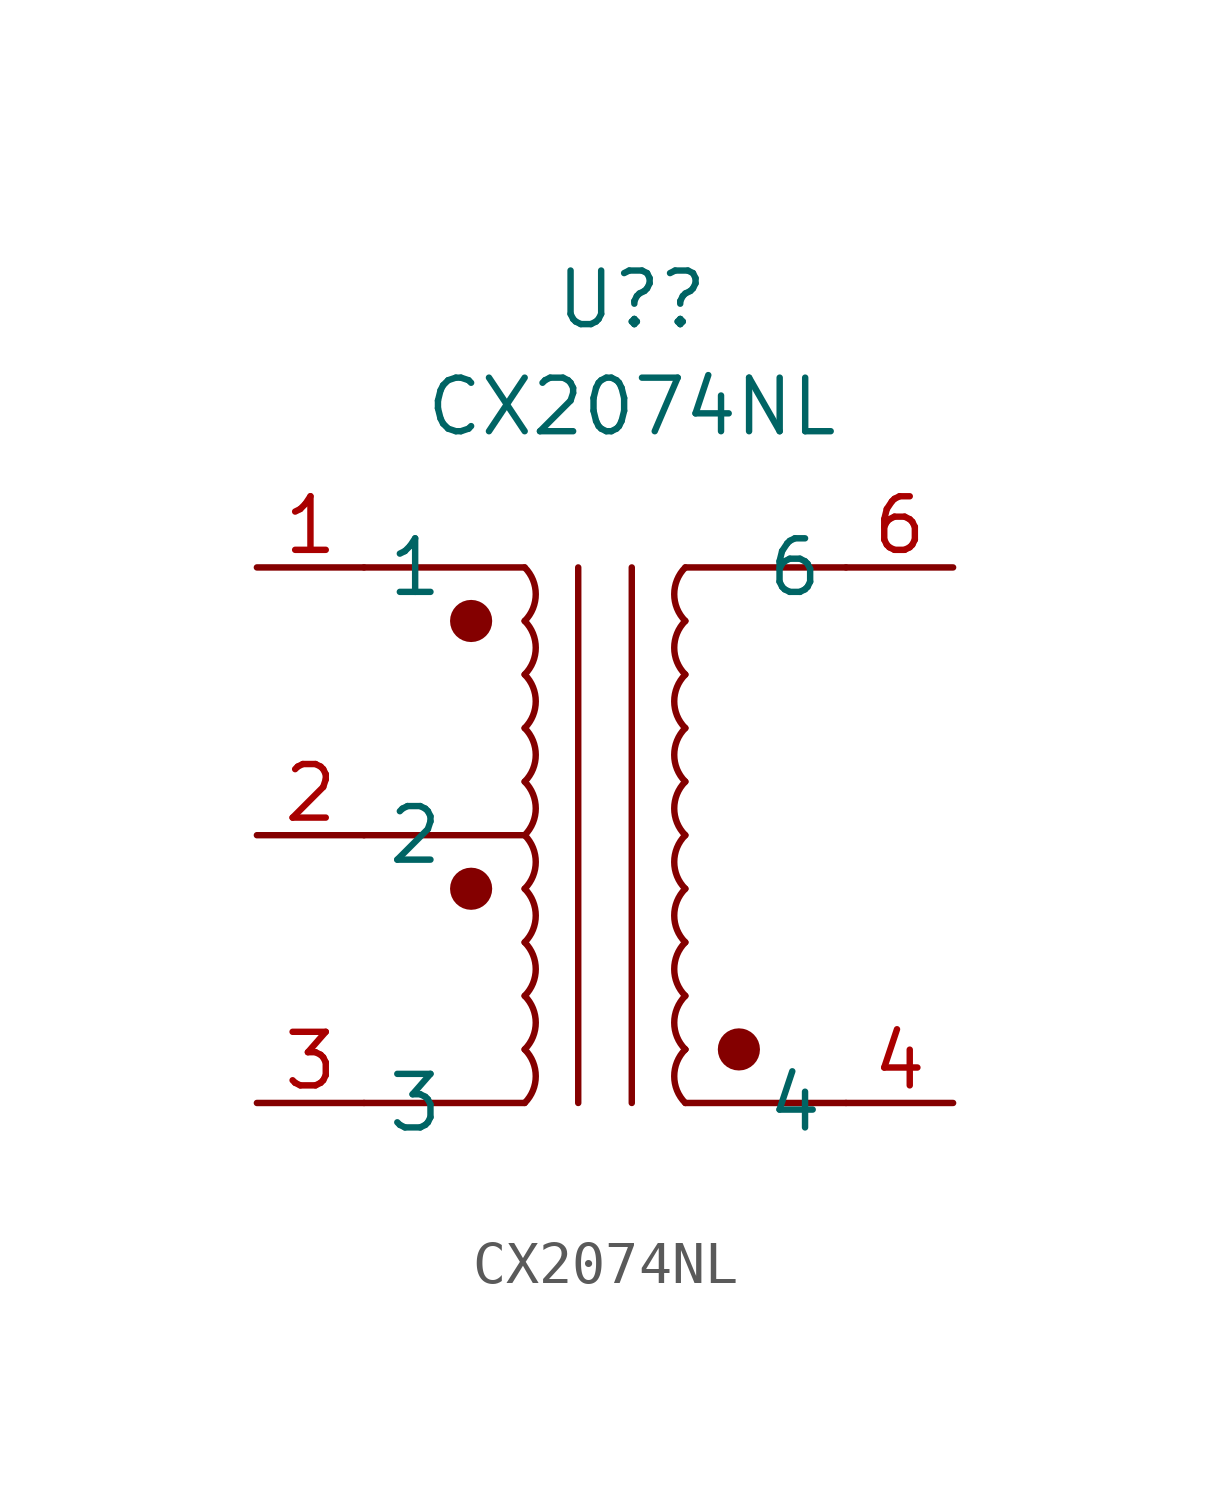
<source format=kicad_sym>
(kicad_symbol_lib
  (version 20211014)
  (generator kicad_symbol_editor)
  (symbol "CX2074NL"
    (property "Reference" "U?"
      (at -2.54 0 0)
      (effects (font (size 1.27 1.27))))
    (property "Value" "CX2074NL"
      (at -2.54 -2.54 0)
      (effects (font (size 1.27 1.27))))
    (symbol "CX2074NL_0_1"
      (circle (center -6.35 -13.97) (radius 0.0001) (stroke (width 0.5) (type default) (color 0 0 0 0)) (fill (type none)))
      (circle (center -6.35 -7.62) (radius 0.0001) (stroke (width 0.5) (type default) (color 0 0 0 0)) (fill (type none)))
      (arc (start -5.08 -19.05) (mid -4.817 -18.415) (end -5.08 -17.78) (stroke (width 0) (type default) (color 0 0 0 0)) (fill (type none)))
      (arc (start -5.08 -17.78) (mid -4.817 -17.145) (end -5.08 -16.51) (stroke (width 0) (type default) (color 0 0 0 0)) (fill (type none)))
      (arc (start -5.08 -16.51) (mid -4.817 -15.875) (end -5.08 -15.24) (stroke (width 0) (type default) (color 0 0 0 0)) (fill (type none)))
      (arc (start -5.08 -15.24) (mid -4.817 -14.605) (end -5.08 -13.97) (stroke (width 0) (type default) (color 0 0 0 0)) (fill (type none)))
      (arc (start -5.08 -13.97) (mid -4.817 -13.335) (end -5.08 -12.7) (stroke (width 0) (type default) (color 0 0 0 0)) (fill (type none)))
      (arc (start -5.08 -12.7) (mid -4.817 -12.065) (end -5.08 -11.43) (stroke (width 0) (type default) (color 0 0 0 0)) (fill (type none)))
      (arc (start -5.08 -11.43) (mid -4.817 -10.795) (end -5.08 -10.16) (stroke (width 0) (type default) (color 0 0 0 0)) (fill (type none)))
      (arc (start -5.08 -10.16) (mid -4.817 -9.525) (end -5.08 -8.89) (stroke (width 0) (type default) (color 0 0 0 0)) (fill (type none)))
      (arc (start -5.08 -8.89) (mid -4.817 -8.255) (end -5.08 -7.62) (stroke (width 0) (type default) (color 0 0 0 0)) (fill (type none)))
      (arc (start -5.08 -7.62) (mid -4.817 -6.985) (end -5.08 -6.35) (stroke (width 0) (type default) (color 0 0 0 0)) (fill (type none)))
      (arc (start -1.27 -17.78) (mid -1.533 -18.415) (end -1.27 -19.05) (stroke (width 0) (type default) (color 0 0 0 0)) (fill (type none)))
      (arc (start -1.27 -17.78) (mid -1.27 -17.78) (end -1.27 -17.78) (stroke (width 0) (type default) (color 0 0 0 0)) (fill (type none)))
      (arc (start -1.27 -16.51) (mid -1.533 -17.145) (end -1.27 -17.78) (stroke (width 0) (type default) (color 0 0 0 0)) (fill (type none)))
      (arc (start -1.27 -15.24) (mid -1.533 -15.875) (end -1.27 -16.51) (stroke (width 0) (type default) (color 0 0 0 0)) (fill (type none)))
      (arc (start -1.27 -13.97) (mid -1.533 -14.605) (end -1.27 -15.24) (stroke (width 0) (type default) (color 0 0 0 0)) (fill (type none)))
      (arc (start -1.27 -12.7) (mid -1.533 -13.335) (end -1.27 -13.97) (stroke (width 0) (type default) (color 0 0 0 0)) (fill (type none)))
      (arc (start -1.27 -11.43) (mid -1.533 -12.065) (end -1.27 -12.7) (stroke (width 0) (type default) (color 0 0 0 0)) (fill (type none)))
      (arc (start -1.27 -10.16) (mid -1.533 -10.795) (end -1.27 -11.43) (stroke (width 0) (type default) (color 0 0 0 0)) (fill (type none)))
      (arc (start -1.27 -8.89) (mid -1.533 -9.525) (end -1.27 -10.16) (stroke (width 0) (type default) (color 0 0 0 0)) (fill (type none)))
      (arc (start -1.27 -7.62) (mid -1.533 -8.255) (end -1.27 -8.89) (stroke (width 0) (type default) (color 0 0 0 0)) (fill (type none)))
      (arc (start -1.27 -6.35) (mid -1.533 -6.985) (end -1.27 -7.62) (stroke (width 0) (type default) (color 0 0 0 0)) (fill (type none)))
      (circle (center 0 -17.78) (radius 0.0001) (stroke (width 0.5) (type default) (color 0 0 0 0)) (fill (type none)))
      (polyline (pts (xy -5.08 -19.05) (xy -8.89 -19.05)) (stroke (width 0) (type default) (color 0 0 0 0)) (fill (type none)))
      (polyline (pts (xy -5.08 -12.7) (xy -8.89 -12.7)) (stroke (width 0) (type default) (color 0 0 0 0)) (fill (type none)))
      (polyline (pts (xy -5.08 -6.35) (xy -8.89 -6.35)) (stroke (width 0) (type default) (color 0 0 0 0)) (fill (type none)))
      (polyline (pts (xy -3.81 -6.35) (xy -3.81 -19.05)) (stroke (width 0) (type default) (color 0 0 0 0)) (fill (type none)))
      (polyline (pts (xy -2.54 -6.35) (xy -2.54 -19.05)) (stroke (width 0) (type default) (color 0 0 0 0)) (fill (type none)))
      (polyline (pts (xy -1.27 -19.05) (xy 2.54 -19.05)) (stroke (width 0) (type default) (color 0 0 0 0)) (fill (type none)))
      (polyline (pts (xy -1.27 -6.35) (xy 2.54 -6.35)) (stroke (width 0) (type default) (color 0 0 0 0)) (fill (type none))))
    (symbol "CX2074NL_1_1"
      (pin input line (at -11.43 -6.35 0) (length 2.54) (name "1" (effects (font (size 1.27 1.27)))) (number "1" (effects (font (size 1.27 1.27)))))
      (pin input line (at -11.43 -12.7 0) (length 2.54) (name "2" (effects (font (size 1.27 1.27)))) (number "2" (effects (font (size 1.27 1.27)))))
      (pin input line (at -11.43 -19.05 0) (length 2.54) (name "3" (effects (font (size 1.27 1.27)))) (number "3" (effects (font (size 1.27 1.27)))))
      (pin input line (at 5.08 -19.05 180) (length 2.54) (name "4" (effects (font (size 1.27 1.27)))) (number "4" (effects (font (size 1.27 1.27)))))
      (pin input line (at 5.08 -6.35 180) (length 2.54) (name "6" (effects (font (size 1.27 1.27)))) (number "6" (effects (font (size 1.27 1.27))))))))
</source>
